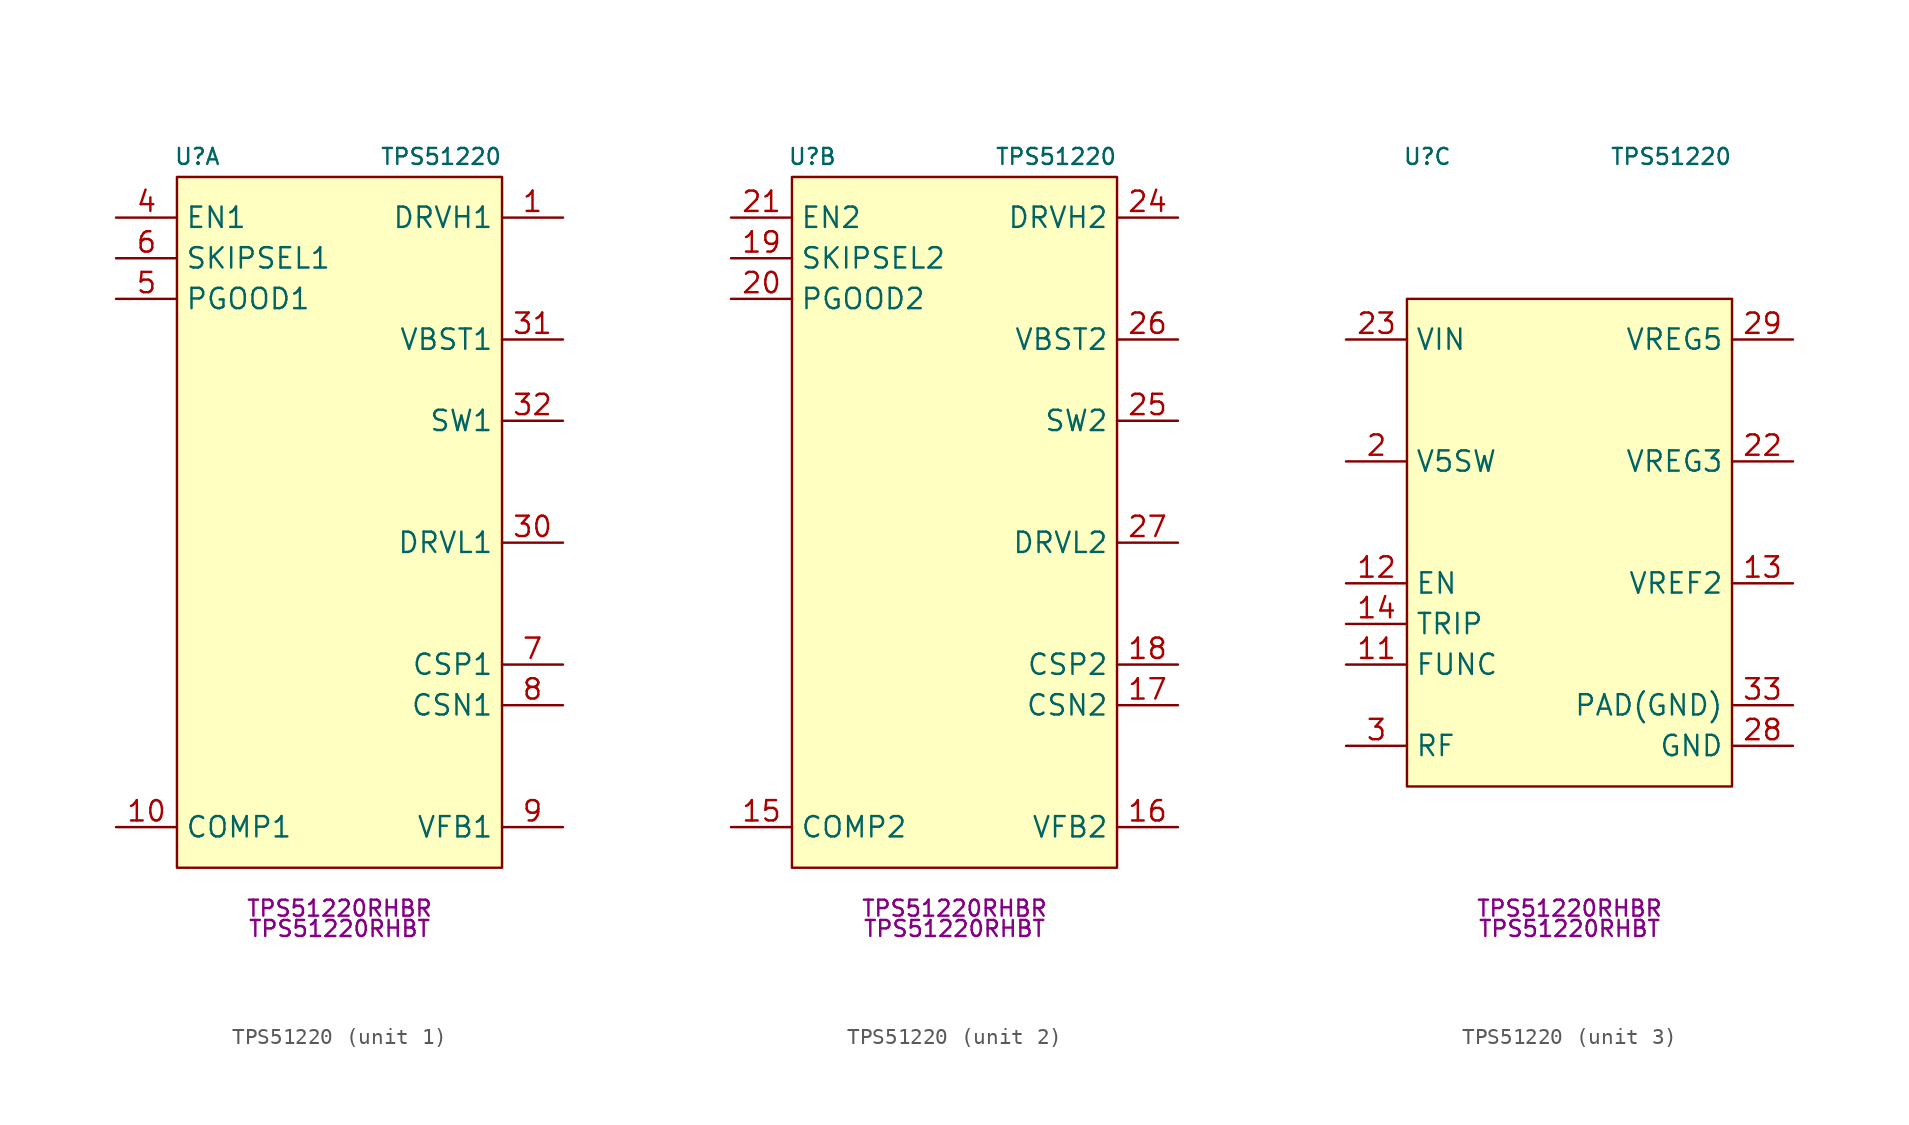
<source format=kicad_sym>
(kicad_symbol_lib
  (version 20231120)
  (generator "kicad_symbol_editor")
  (generator_version "8.0")
  (symbol "TPS51220"
    (property "Reference" "U"
      (at -8.89 24.13 0)
      (do_not_autoplace)
      (effects (font (size 1 1))))
    (property "Value" "TPS51220"
      (at 6.35 24.13 0)
      (effects (font (size 1 1))))
    (property "MPN" "TPS51220RHBR"
      (at 0 -22.86 0)
      (do_not_autoplace)
      (effects (font (size 1 1))))
    (property "MPN2" "TPS51220RHBT"
      (at 0 -24.13 0)
      (do_not_autoplace)
      (effects (font (size 1 1))))
    (property "ki_locked" ""
      (at 0 0 0)
      (effects (font (size 1.27 1.27))))
    (symbol "TPS51220_1_1"
      (rectangle (start -10.16 22.86) (end 10.16 -20.32) (stroke (width 0) (type default)) (fill (type background)))
      (pin output line (at 13.97 20.32 180) (length 3.81) (name "DRVH1" (effects (font (size 1.27 1.27)))) (number "1" (effects (font (size 1.27 1.27)))))
      (pin input line (at -13.97 -17.78 0) (length 3.81) (name "COMP1" (effects (font (size 1.27 1.27)))) (number "10" (effects (font (size 1.27 1.27)))))
      (pin output line (at 13.97 0 180) (length 3.81) (name "DRVL1" (effects (font (size 1.27 1.27)))) (number "30" (effects (font (size 1.27 1.27)))))
      (pin input line (at 13.97 12.7 180) (length 3.81) (name "VBST1" (effects (font (size 1.27 1.27)))) (number "31" (effects (font (size 1.27 1.27)))))
      (pin input line (at 13.97 7.62 180) (length 3.81) (name "SW1" (effects (font (size 1.27 1.27)))) (number "32" (effects (font (size 1.27 1.27)))))
      (pin input line (at -13.97 20.32 0) (length 3.81) (name "EN1" (effects (font (size 1.27 1.27)))) (number "4" (effects (font (size 1.27 1.27)))))
      (pin output line (at -13.97 15.24 0) (length 3.81) (name "PGOOD1" (effects (font (size 1.27 1.27)))) (number "5" (effects (font (size 1.27 1.27)))))
      (pin input line (at -13.97 17.78 0) (length 3.81) (name "SKIPSEL1" (effects (font (size 1.27 1.27)))) (number "6" (effects (font (size 1.27 1.27)))))
      (pin input line (at 13.97 -7.62 180) (length 3.81) (name "CSP1" (effects (font (size 1.27 1.27)))) (number "7" (effects (font (size 1.27 1.27)))))
      (pin input line (at 13.97 -10.16 180) (length 3.81) (name "CSN1" (effects (font (size 1.27 1.27)))) (number "8" (effects (font (size 1.27 1.27)))))
      (pin input line (at 13.97 -17.78 180) (length 3.81) (name "VFB1" (effects (font (size 1.27 1.27)))) (number "9" (effects (font (size 1.27 1.27))))))
    (symbol "TPS51220_2_1"
      (rectangle (start -10.16 22.86) (end 10.16 -20.32) (stroke (width 0.152) (type default)) (fill (type background)))
      (pin passive line (at -13.97 -17.78 0) (length 3.81) (name "COMP2" (effects (font (size 1.27 1.27)))) (number "15" (effects (font (size 1.27 1.27)))))
      (pin input line (at 13.97 -17.78 180) (length 3.81) (name "VFB2" (effects (font (size 1.27 1.27)))) (number "16" (effects (font (size 1.27 1.27)))))
      (pin input line (at 13.97 -10.16 180) (length 3.81) (name "CSN2" (effects (font (size 1.27 1.27)))) (number "17" (effects (font (size 1.27 1.27)))))
      (pin input line (at 13.97 -7.62 180) (length 3.81) (name "CSP2" (effects (font (size 1.27 1.27)))) (number "18" (effects (font (size 1.27 1.27)))))
      (pin input line (at -13.97 17.78 0) (length 3.81) (name "SKIPSEL2" (effects (font (size 1.27 1.27)))) (number "19" (effects (font (size 1.27 1.27)))))
      (pin output line (at -13.97 15.24 0) (length 3.81) (name "PGOOD2" (effects (font (size 1.27 1.27)))) (number "20" (effects (font (size 1.27 1.27)))))
      (pin input line (at -13.97 20.32 0) (length 3.81) (name "EN2" (effects (font (size 1.27 1.27)))) (number "21" (effects (font (size 1.27 1.27)))))
      (pin power_out line (at 13.97 20.32 180) (length 3.81) (name "DRVH2" (effects (font (size 1.27 1.27)))) (number "24" (effects (font (size 1.27 1.27)))))
      (pin input line (at 13.97 7.62 180) (length 3.81) (name "SW2" (effects (font (size 1.27 1.27)))) (number "25" (effects (font (size 1.27 1.27)))))
      (pin output line (at 13.97 12.7 180) (length 3.81) (name "VBST2" (effects (font (size 1.27 1.27)))) (number "26" (effects (font (size 1.27 1.27)))))
      (pin power_out line (at 13.97 0 180) (length 3.81) (name "DRVL2" (effects (font (size 1.27 1.27)))) (number "27" (effects (font (size 1.27 1.27))))))
    (symbol "TPS51220_3_1"
      (rectangle (start -10.16 15.24) (end 10.16 -15.24) (stroke (width 0) (type default)) (fill (type background)))
      (pin passive line (at -13.97 -7.62 0) (length 3.81) (name "FUNC" (effects (font (size 1.27 1.27)))) (number "11" (effects (font (size 1.27 1.27)))))
      (pin input line (at -13.97 -2.54 0) (length 3.81) (name "EN" (effects (font (size 1.27 1.27)))) (number "12" (effects (font (size 1.27 1.27)))))
      (pin power_out line (at 13.97 -2.54 180) (length 3.81) (name "VREF2" (effects (font (size 1.27 1.27)))) (number "13" (effects (font (size 1.27 1.27)))))
      (pin input line (at -13.97 -5.08 0) (length 3.81) (name "TRIP" (effects (font (size 1.27 1.27)))) (number "14" (effects (font (size 1.27 1.27)))))
      (pin power_in line (at -13.97 5.08 0) (length 3.81) (name "V5SW" (effects (font (size 1.27 1.27)))) (number "2" (effects (font (size 1.27 1.27)))))
      (pin power_out line (at 13.97 5.08 180) (length 3.81) (name "VREG3" (effects (font (size 1.27 1.27)))) (number "22" (effects (font (size 1.27 1.27)))))
      (pin power_in line (at -13.97 12.7 0) (length 3.81) (name "VIN" (effects (font (size 1.27 1.27)))) (number "23" (effects (font (size 1.27 1.27)))))
      (pin power_in line (at 13.97 -12.7 180) (length 3.81) (name "GND" (effects (font (size 1.27 1.27)))) (number "28" (effects (font (size 1.27 1.27)))))
      (pin power_out line (at 13.97 12.7 180) (length 3.81) (name "VREG5" (effects (font (size 1.27 1.27)))) (number "29" (effects (font (size 1.27 1.27)))))
      (pin passive line (at -13.97 -12.7 0) (length 3.81) (name "RF" (effects (font (size 1.27 1.27)))) (number "3" (effects (font (size 1.27 1.27)))))
      (pin power_in line (at 13.97 -10.16 180) (length 3.81) (name "PAD(GND)" (effects (font (size 1.27 1.27)))) (number "33" (effects (font (size 1.27 1.27))))))))
</source>
